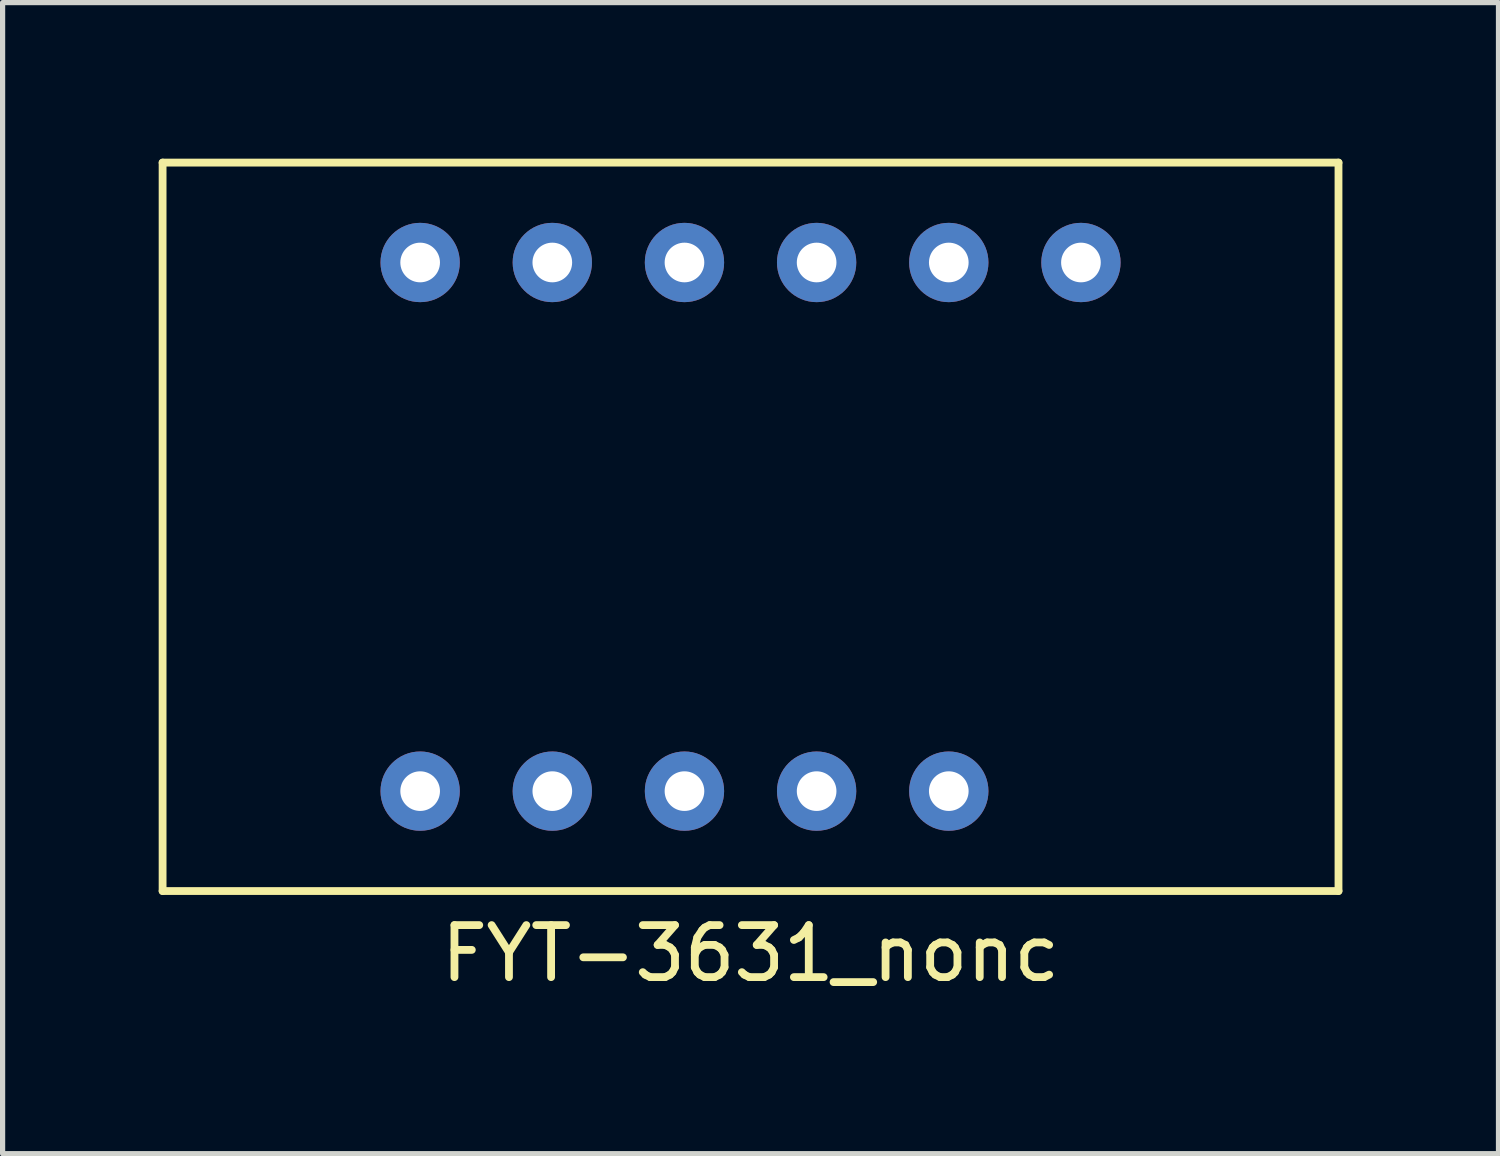
<source format=kicad_pcb>
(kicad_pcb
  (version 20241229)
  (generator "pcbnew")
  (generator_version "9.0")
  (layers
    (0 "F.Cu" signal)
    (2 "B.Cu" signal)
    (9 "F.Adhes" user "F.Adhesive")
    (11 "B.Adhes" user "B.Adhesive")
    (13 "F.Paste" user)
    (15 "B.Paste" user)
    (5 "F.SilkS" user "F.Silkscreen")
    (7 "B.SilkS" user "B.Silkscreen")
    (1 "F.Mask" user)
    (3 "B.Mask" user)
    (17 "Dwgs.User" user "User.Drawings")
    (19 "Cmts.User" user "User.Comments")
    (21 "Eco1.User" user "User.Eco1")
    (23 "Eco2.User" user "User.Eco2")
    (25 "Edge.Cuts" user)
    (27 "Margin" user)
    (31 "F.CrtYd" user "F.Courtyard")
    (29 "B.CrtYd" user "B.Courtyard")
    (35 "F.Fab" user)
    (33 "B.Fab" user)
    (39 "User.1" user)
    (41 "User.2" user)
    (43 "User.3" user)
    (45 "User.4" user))
  (footprint "FYT-3631_nonc"
    (layer "F.Cu")
    (at 11.375 7.075)
    (property "Reference" "FYT-3631_nonc" (at 0 8.2 0) (layer "F.SilkS") (effects (font (size 1 1) (thickness 0.15))))
    (attr through_hole)
    (fp_line (start -11.3 -7) (end -11.3 7) (stroke (width 0.15) (type solid)) (layer "F.SilkS"))
    (fp_line (start -11.3 7) (end 11.3 7) (stroke (width 0.15) (type solid)) (layer "F.SilkS"))
    (fp_line (start 11.3 -7) (end -11.3 -7) (stroke (width 0.15) (type solid)) (layer "F.SilkS"))
    (fp_line (start 11.3 7) (end 11.3 -7) (stroke (width 0.15) (type solid)) (layer "F.SilkS"))
    (pad "1" thru_hole circle (at -6.35 5.08) (size 1.524 1.524) (drill 0.762) (layers "*.Cu" "*.Mask"))
    (pad "2" thru_hole circle (at -3.81 5.08) (size 1.524 1.524) (drill 0.762) (layers "*.Cu" "*.Mask"))
    (pad "3" thru_hole circle (at -1.27 5.08) (size 1.524 1.524) (drill 0.762) (layers "*.Cu" "*.Mask"))
    (pad "4" thru_hole circle (at 1.27 5.08) (size 1.524 1.524) (drill 0.762) (layers "*.Cu" "*.Mask"))
    (pad "5" thru_hole circle (at 3.81 5.08) (size 1.524 1.524) (drill 0.762) (layers "*.Cu" "*.Mask"))
    (pad "7" thru_hole circle (at 6.35 -5.08) (size 1.524 1.524) (drill 0.762) (layers "*.Cu" "*.Mask"))
    (pad "8" thru_hole circle (at 3.81 -5.08) (size 1.524 1.524) (drill 0.762) (layers "*.Cu" "*.Mask"))
    (pad "9" thru_hole circle (at 1.27 -5.08) (size 1.524 1.524) (drill 0.762) (layers "*.Cu" "*.Mask"))
    (pad "10" thru_hole circle (at -1.27 -5.08) (size 1.524 1.524) (drill 0.762) (layers "*.Cu" "*.Mask"))
    (pad "11" thru_hole circle (at -3.81 -5.08) (size 1.524 1.524) (drill 0.762) (layers "*.Cu" "*.Mask"))
    (pad "12" thru_hole circle (at -6.35 -5.08) (size 1.524 1.524) (drill 0.762) (layers "*.Cu" "*.Mask")))
  (gr_rect
    (start -3 -3)
    (end 25.75 19.123)
    (stroke (width 0.1) (type default))
    (fill no)
    (layer "Edge.Cuts")))
</source>
